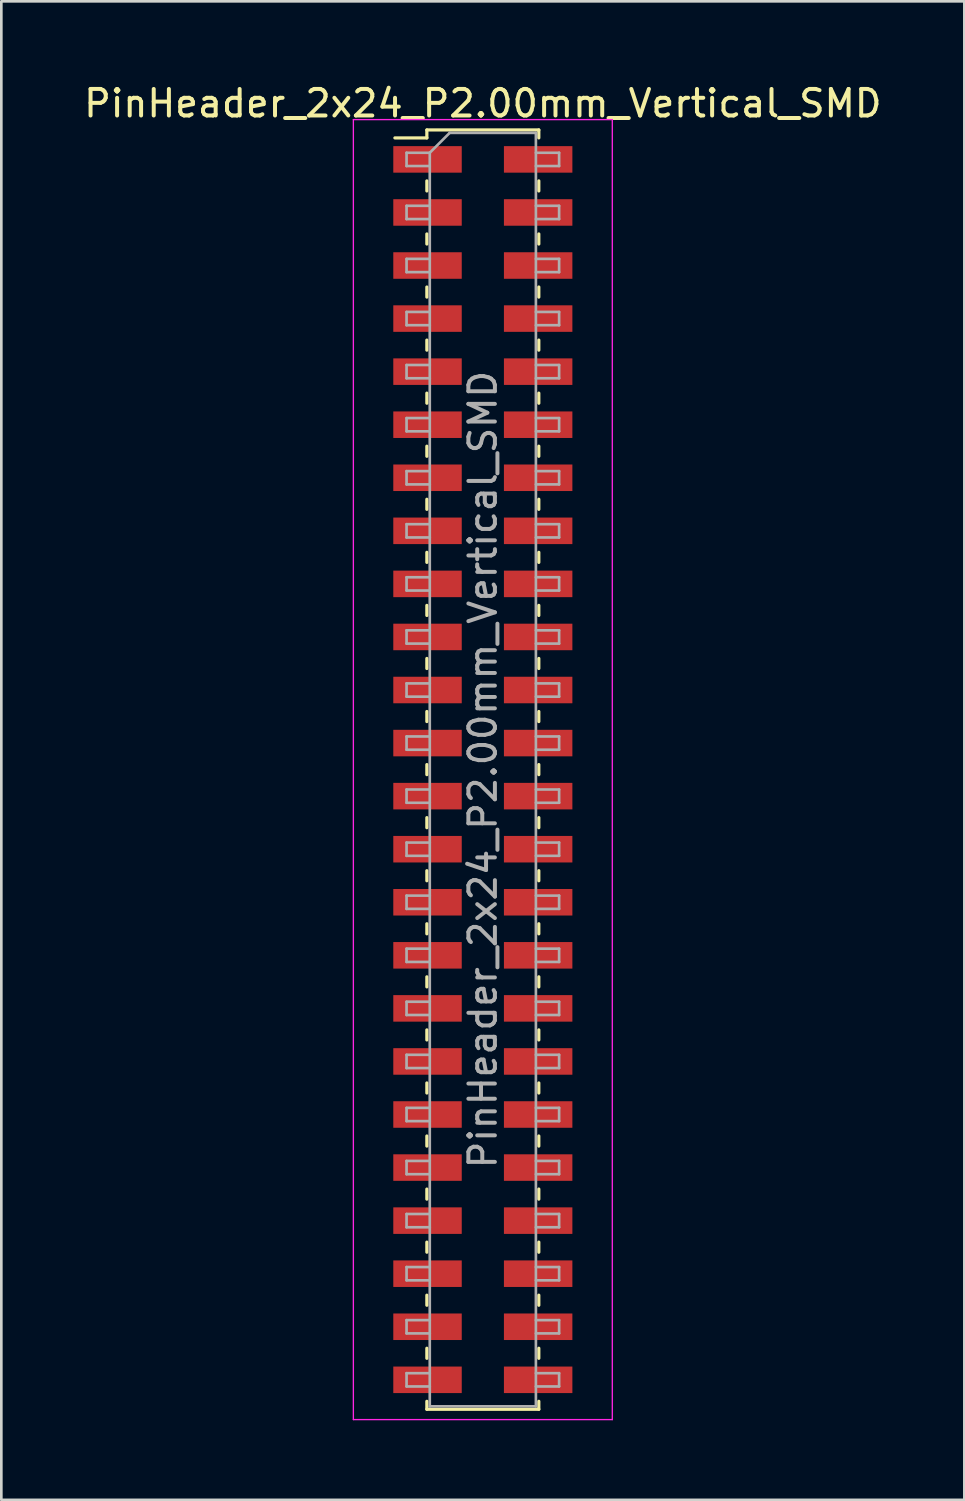
<source format=kicad_pcb>
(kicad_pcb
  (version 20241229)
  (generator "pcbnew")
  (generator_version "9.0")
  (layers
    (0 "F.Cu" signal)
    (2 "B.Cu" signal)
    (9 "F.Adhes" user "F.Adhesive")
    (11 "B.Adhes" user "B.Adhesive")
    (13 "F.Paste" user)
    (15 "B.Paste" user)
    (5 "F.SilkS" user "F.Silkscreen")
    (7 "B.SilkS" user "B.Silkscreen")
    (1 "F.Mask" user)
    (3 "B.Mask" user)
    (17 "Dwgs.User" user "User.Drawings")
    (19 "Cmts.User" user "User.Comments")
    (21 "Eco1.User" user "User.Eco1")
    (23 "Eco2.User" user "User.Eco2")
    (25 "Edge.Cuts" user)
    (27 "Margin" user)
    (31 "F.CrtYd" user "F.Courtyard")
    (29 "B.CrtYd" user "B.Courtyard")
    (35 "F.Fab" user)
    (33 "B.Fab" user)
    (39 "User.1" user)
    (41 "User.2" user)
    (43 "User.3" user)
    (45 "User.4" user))
  (footprint "PinHeader_2x24_P2.00mm_Vertical_SMD"
    (layer "F.Cu")
    (at 15.149 25.958)
    (property "Reference" "PinHeader_2x24_P2.00mm_Vertical_SMD" (at 0 -25.11 0) (layer "F.SilkS") (effects (font (size 1 1) (thickness 0.15))))
    (attr smd)
    (fp_line (start -3.315 -23.81) (end -2.11 -23.81) (stroke (width 0.12) (type solid)) (layer "F.SilkS"))
    (fp_line (start -2.11 -24.11) (end -2.11 -23.81) (stroke (width 0.12) (type solid)) (layer "F.SilkS"))
    (fp_line (start -2.11 -24.11) (end 2.11 -24.11) (stroke (width 0.12) (type solid)) (layer "F.SilkS"))
    (fp_line (start -2.11 -22.19) (end -2.11 -21.81) (stroke (width 0.12) (type solid)) (layer "F.SilkS"))
    (fp_line (start -2.11 -20.19) (end -2.11 -19.81) (stroke (width 0.12) (type solid)) (layer "F.SilkS"))
    (fp_line (start -2.11 -18.19) (end -2.11 -17.81) (stroke (width 0.12) (type solid)) (layer "F.SilkS"))
    (fp_line (start -2.11 -16.19) (end -2.11 -15.81) (stroke (width 0.12) (type solid)) (layer "F.SilkS"))
    (fp_line (start -2.11 -14.19) (end -2.11 -13.81) (stroke (width 0.12) (type solid)) (layer "F.SilkS"))
    (fp_line (start -2.11 -12.19) (end -2.11 -11.81) (stroke (width 0.12) (type solid)) (layer "F.SilkS"))
    (fp_line (start -2.11 -10.19) (end -2.11 -9.81) (stroke (width 0.12) (type solid)) (layer "F.SilkS"))
    (fp_line (start -2.11 -8.19) (end -2.11 -7.81) (stroke (width 0.12) (type solid)) (layer "F.SilkS"))
    (fp_line (start -2.11 -6.19) (end -2.11 -5.81) (stroke (width 0.12) (type solid)) (layer "F.SilkS"))
    (fp_line (start -2.11 -4.19) (end -2.11 -3.81) (stroke (width 0.12) (type solid)) (layer "F.SilkS"))
    (fp_line (start -2.11 -2.19) (end -2.11 -1.81) (stroke (width 0.12) (type solid)) (layer "F.SilkS"))
    (fp_line (start -2.11 -0.19) (end -2.11 0.19) (stroke (width 0.12) (type solid)) (layer "F.SilkS"))
    (fp_line (start -2.11 1.81) (end -2.11 2.19) (stroke (width 0.12) (type solid)) (layer "F.SilkS"))
    (fp_line (start -2.11 3.81) (end -2.11 4.19) (stroke (width 0.12) (type solid)) (layer "F.SilkS"))
    (fp_line (start -2.11 5.81) (end -2.11 6.19) (stroke (width 0.12) (type solid)) (layer "F.SilkS"))
    (fp_line (start -2.11 7.81) (end -2.11 8.19) (stroke (width 0.12) (type solid)) (layer "F.SilkS"))
    (fp_line (start -2.11 9.81) (end -2.11 10.19) (stroke (width 0.12) (type solid)) (layer "F.SilkS"))
    (fp_line (start -2.11 11.81) (end -2.11 12.19) (stroke (width 0.12) (type solid)) (layer "F.SilkS"))
    (fp_line (start -2.11 13.81) (end -2.11 14.19) (stroke (width 0.12) (type solid)) (layer "F.SilkS"))
    (fp_line (start -2.11 15.81) (end -2.11 16.19) (stroke (width 0.12) (type solid)) (layer "F.SilkS"))
    (fp_line (start -2.11 17.81) (end -2.11 18.19) (stroke (width 0.12) (type solid)) (layer "F.SilkS"))
    (fp_line (start -2.11 19.81) (end -2.11 20.19) (stroke (width 0.12) (type solid)) (layer "F.SilkS"))
    (fp_line (start -2.11 21.81) (end -2.11 22.19) (stroke (width 0.12) (type solid)) (layer "F.SilkS"))
    (fp_line (start -2.11 23.81) (end -2.11 24.11) (stroke (width 0.12) (type solid)) (layer "F.SilkS"))
    (fp_line (start -2.11 24.11) (end 2.11 24.11) (stroke (width 0.12) (type solid)) (layer "F.SilkS"))
    (fp_line (start 2.11 -24.11) (end 2.11 -23.81) (stroke (width 0.12) (type solid)) (layer "F.SilkS"))
    (fp_line (start 2.11 -22.19) (end 2.11 -21.81) (stroke (width 0.12) (type solid)) (layer "F.SilkS"))
    (fp_line (start 2.11 -20.19) (end 2.11 -19.81) (stroke (width 0.12) (type solid)) (layer "F.SilkS"))
    (fp_line (start 2.11 -18.19) (end 2.11 -17.81) (stroke (width 0.12) (type solid)) (layer "F.SilkS"))
    (fp_line (start 2.11 -16.19) (end 2.11 -15.81) (stroke (width 0.12) (type solid)) (layer "F.SilkS"))
    (fp_line (start 2.11 -14.19) (end 2.11 -13.81) (stroke (width 0.12) (type solid)) (layer "F.SilkS"))
    (fp_line (start 2.11 -12.19) (end 2.11 -11.81) (stroke (width 0.12) (type solid)) (layer "F.SilkS"))
    (fp_line (start 2.11 -10.19) (end 2.11 -9.81) (stroke (width 0.12) (type solid)) (layer "F.SilkS"))
    (fp_line (start 2.11 -8.19) (end 2.11 -7.81) (stroke (width 0.12) (type solid)) (layer "F.SilkS"))
    (fp_line (start 2.11 -6.19) (end 2.11 -5.81) (stroke (width 0.12) (type solid)) (layer "F.SilkS"))
    (fp_line (start 2.11 -4.19) (end 2.11 -3.81) (stroke (width 0.12) (type solid)) (layer "F.SilkS"))
    (fp_line (start 2.11 -2.19) (end 2.11 -1.81) (stroke (width 0.12) (type solid)) (layer "F.SilkS"))
    (fp_line (start 2.11 -0.19) (end 2.11 0.19) (stroke (width 0.12) (type solid)) (layer "F.SilkS"))
    (fp_line (start 2.11 1.81) (end 2.11 2.19) (stroke (width 0.12) (type solid)) (layer "F.SilkS"))
    (fp_line (start 2.11 3.81) (end 2.11 4.19) (stroke (width 0.12) (type solid)) (layer "F.SilkS"))
    (fp_line (start 2.11 5.81) (end 2.11 6.19) (stroke (width 0.12) (type solid)) (layer "F.SilkS"))
    (fp_line (start 2.11 7.81) (end 2.11 8.19) (stroke (width 0.12) (type solid)) (layer "F.SilkS"))
    (fp_line (start 2.11 9.81) (end 2.11 10.19) (stroke (width 0.12) (type solid)) (layer "F.SilkS"))
    (fp_line (start 2.11 11.81) (end 2.11 12.19) (stroke (width 0.12) (type solid)) (layer "F.SilkS"))
    (fp_line (start 2.11 13.81) (end 2.11 14.19) (stroke (width 0.12) (type solid)) (layer "F.SilkS"))
    (fp_line (start 2.11 15.81) (end 2.11 16.19) (stroke (width 0.12) (type solid)) (layer "F.SilkS"))
    (fp_line (start 2.11 17.81) (end 2.11 18.19) (stroke (width 0.12) (type solid)) (layer "F.SilkS"))
    (fp_line (start 2.11 19.81) (end 2.11 20.19) (stroke (width 0.12) (type solid)) (layer "F.SilkS"))
    (fp_line (start 2.11 21.81) (end 2.11 22.19) (stroke (width 0.12) (type solid)) (layer "F.SilkS"))
    (fp_line (start 2.11 23.81) (end 2.11 24.11) (stroke (width 0.12) (type solid)) (layer "F.SilkS"))
    (fp_line (start -4.88 -24.5) (end -4.88 24.5) (stroke (width 0.05) (type solid)) (layer "F.CrtYd"))
    (fp_line (start -4.88 24.5) (end 4.88 24.5) (stroke (width 0.05) (type solid)) (layer "F.CrtYd"))
    (fp_line (start 4.88 -24.5) (end -4.88 -24.5) (stroke (width 0.05) (type solid)) (layer "F.CrtYd"))
    (fp_line (start 4.88 24.5) (end 4.88 -24.5) (stroke (width 0.05) (type solid)) (layer "F.CrtYd"))
    (fp_line (start -2.875 -23.25) (end -2.875 -22.75) (stroke (width 0.1) (type solid)) (layer "F.Fab"))
    (fp_line (start -2.875 -22.75) (end -2 -22.75) (stroke (width 0.1) (type solid)) (layer "F.Fab"))
    (fp_line (start -2.875 -21.25) (end -2.875 -20.75) (stroke (width 0.1) (type solid)) (layer "F.Fab"))
    (fp_line (start -2.875 -20.75) (end -2 -20.75) (stroke (width 0.1) (type solid)) (layer "F.Fab"))
    (fp_line (start -2.875 -19.25) (end -2.875 -18.75) (stroke (width 0.1) (type solid)) (layer "F.Fab"))
    (fp_line (start -2.875 -18.75) (end -2 -18.75) (stroke (width 0.1) (type solid)) (layer "F.Fab"))
    (fp_line (start -2.875 -17.25) (end -2.875 -16.75) (stroke (width 0.1) (type solid)) (layer "F.Fab"))
    (fp_line (start -2.875 -16.75) (end -2 -16.75) (stroke (width 0.1) (type solid)) (layer "F.Fab"))
    (fp_line (start -2.875 -15.25) (end -2.875 -14.75) (stroke (width 0.1) (type solid)) (layer "F.Fab"))
    (fp_line (start -2.875 -14.75) (end -2 -14.75) (stroke (width 0.1) (type solid)) (layer "F.Fab"))
    (fp_line (start -2.875 -13.25) (end -2.875 -12.75) (stroke (width 0.1) (type solid)) (layer "F.Fab"))
    (fp_line (start -2.875 -12.75) (end -2 -12.75) (stroke (width 0.1) (type solid)) (layer "F.Fab"))
    (fp_line (start -2.875 -11.25) (end -2.875 -10.75) (stroke (width 0.1) (type solid)) (layer "F.Fab"))
    (fp_line (start -2.875 -10.75) (end -2 -10.75) (stroke (width 0.1) (type solid)) (layer "F.Fab"))
    (fp_line (start -2.875 -9.25) (end -2.875 -8.75) (stroke (width 0.1) (type solid)) (layer "F.Fab"))
    (fp_line (start -2.875 -8.75) (end -2 -8.75) (stroke (width 0.1) (type solid)) (layer "F.Fab"))
    (fp_line (start -2.875 -7.25) (end -2.875 -6.75) (stroke (width 0.1) (type solid)) (layer "F.Fab"))
    (fp_line (start -2.875 -6.75) (end -2 -6.75) (stroke (width 0.1) (type solid)) (layer "F.Fab"))
    (fp_line (start -2.875 -5.25) (end -2.875 -4.75) (stroke (width 0.1) (type solid)) (layer "F.Fab"))
    (fp_line (start -2.875 -4.75) (end -2 -4.75) (stroke (width 0.1) (type solid)) (layer "F.Fab"))
    (fp_line (start -2.875 -3.25) (end -2.875 -2.75) (stroke (width 0.1) (type solid)) (layer "F.Fab"))
    (fp_line (start -2.875 -2.75) (end -2 -2.75) (stroke (width 0.1) (type solid)) (layer "F.Fab"))
    (fp_line (start -2.875 -1.25) (end -2.875 -0.75) (stroke (width 0.1) (type solid)) (layer "F.Fab"))
    (fp_line (start -2.875 -0.75) (end -2 -0.75) (stroke (width 0.1) (type solid)) (layer "F.Fab"))
    (fp_line (start -2.875 0.75) (end -2.875 1.25) (stroke (width 0.1) (type solid)) (layer "F.Fab"))
    (fp_line (start -2.875 1.25) (end -2 1.25) (stroke (width 0.1) (type solid)) (layer "F.Fab"))
    (fp_line (start -2.875 2.75) (end -2.875 3.25) (stroke (width 0.1) (type solid)) (layer "F.Fab"))
    (fp_line (start -2.875 3.25) (end -2 3.25) (stroke (width 0.1) (type solid)) (layer "F.Fab"))
    (fp_line (start -2.875 4.75) (end -2.875 5.25) (stroke (width 0.1) (type solid)) (layer "F.Fab"))
    (fp_line (start -2.875 5.25) (end -2 5.25) (stroke (width 0.1) (type solid)) (layer "F.Fab"))
    (fp_line (start -2.875 6.75) (end -2.875 7.25) (stroke (width 0.1) (type solid)) (layer "F.Fab"))
    (fp_line (start -2.875 7.25) (end -2 7.25) (stroke (width 0.1) (type solid)) (layer "F.Fab"))
    (fp_line (start -2.875 8.75) (end -2.875 9.25) (stroke (width 0.1) (type solid)) (layer "F.Fab"))
    (fp_line (start -2.875 9.25) (end -2 9.25) (stroke (width 0.1) (type solid)) (layer "F.Fab"))
    (fp_line (start -2.875 10.75) (end -2.875 11.25) (stroke (width 0.1) (type solid)) (layer "F.Fab"))
    (fp_line (start -2.875 11.25) (end -2 11.25) (stroke (width 0.1) (type solid)) (layer "F.Fab"))
    (fp_line (start -2.875 12.75) (end -2.875 13.25) (stroke (width 0.1) (type solid)) (layer "F.Fab"))
    (fp_line (start -2.875 13.25) (end -2 13.25) (stroke (width 0.1) (type solid)) (layer "F.Fab"))
    (fp_line (start -2.875 14.75) (end -2.875 15.25) (stroke (width 0.1) (type solid)) (layer "F.Fab"))
    (fp_line (start -2.875 15.25) (end -2 15.25) (stroke (width 0.1) (type solid)) (layer "F.Fab"))
    (fp_line (start -2.875 16.75) (end -2.875 17.25) (stroke (width 0.1) (type solid)) (layer "F.Fab"))
    (fp_line (start -2.875 17.25) (end -2 17.25) (stroke (width 0.1) (type solid)) (layer "F.Fab"))
    (fp_line (start -2.875 18.75) (end -2.875 19.25) (stroke (width 0.1) (type solid)) (layer "F.Fab"))
    (fp_line (start -2.875 19.25) (end -2 19.25) (stroke (width 0.1) (type solid)) (layer "F.Fab"))
    (fp_line (start -2.875 20.75) (end -2.875 21.25) (stroke (width 0.1) (type solid)) (layer "F.Fab"))
    (fp_line (start -2.875 21.25) (end -2 21.25) (stroke (width 0.1) (type solid)) (layer "F.Fab"))
    (fp_line (start -2.875 22.75) (end -2.875 23.25) (stroke (width 0.1) (type solid)) (layer "F.Fab"))
    (fp_line (start -2.875 23.25) (end -2 23.25) (stroke (width 0.1) (type solid)) (layer "F.Fab"))
    (fp_line (start -2 -23.25) (end -2.875 -23.25) (stroke (width 0.1) (type solid)) (layer "F.Fab"))
    (fp_line (start -2 -23.25) (end -1.25 -24) (stroke (width 0.1) (type solid)) (layer "F.Fab"))
    (fp_line (start -2 -21.25) (end -2.875 -21.25) (stroke (width 0.1) (type solid)) (layer "F.Fab"))
    (fp_line (start -2 -19.25) (end -2.875 -19.25) (stroke (width 0.1) (type solid)) (layer "F.Fab"))
    (fp_line (start -2 -17.25) (end -2.875 -17.25) (stroke (width 0.1) (type solid)) (layer "F.Fab"))
    (fp_line (start -2 -15.25) (end -2.875 -15.25) (stroke (width 0.1) (type solid)) (layer "F.Fab"))
    (fp_line (start -2 -13.25) (end -2.875 -13.25) (stroke (width 0.1) (type solid)) (layer "F.Fab"))
    (fp_line (start -2 -11.25) (end -2.875 -11.25) (stroke (width 0.1) (type solid)) (layer "F.Fab"))
    (fp_line (start -2 -9.25) (end -2.875 -9.25) (stroke (width 0.1) (type solid)) (layer "F.Fab"))
    (fp_line (start -2 -7.25) (end -2.875 -7.25) (stroke (width 0.1) (type solid)) (layer "F.Fab"))
    (fp_line (start -2 -5.25) (end -2.875 -5.25) (stroke (width 0.1) (type solid)) (layer "F.Fab"))
    (fp_line (start -2 -3.25) (end -2.875 -3.25) (stroke (width 0.1) (type solid)) (layer "F.Fab"))
    (fp_line (start -2 -1.25) (end -2.875 -1.25) (stroke (width 0.1) (type solid)) (layer "F.Fab"))
    (fp_line (start -2 0.75) (end -2.875 0.75) (stroke (width 0.1) (type solid)) (layer "F.Fab"))
    (fp_line (start -2 2.75) (end -2.875 2.75) (stroke (width 0.1) (type solid)) (layer "F.Fab"))
    (fp_line (start -2 4.75) (end -2.875 4.75) (stroke (width 0.1) (type solid)) (layer "F.Fab"))
    (fp_line (start -2 6.75) (end -2.875 6.75) (stroke (width 0.1) (type solid)) (layer "F.Fab"))
    (fp_line (start -2 8.75) (end -2.875 8.75) (stroke (width 0.1) (type solid)) (layer "F.Fab"))
    (fp_line (start -2 10.75) (end -2.875 10.75) (stroke (width 0.1) (type solid)) (layer "F.Fab"))
    (fp_line (start -2 12.75) (end -2.875 12.75) (stroke (width 0.1) (type solid)) (layer "F.Fab"))
    (fp_line (start -2 14.75) (end -2.875 14.75) (stroke (width 0.1) (type solid)) (layer "F.Fab"))
    (fp_line (start -2 16.75) (end -2.875 16.75) (stroke (width 0.1) (type solid)) (layer "F.Fab"))
    (fp_line (start -2 18.75) (end -2.875 18.75) (stroke (width 0.1) (type solid)) (layer "F.Fab"))
    (fp_line (start -2 20.75) (end -2.875 20.75) (stroke (width 0.1) (type solid)) (layer "F.Fab"))
    (fp_line (start -2 22.75) (end -2.875 22.75) (stroke (width 0.1) (type solid)) (layer "F.Fab"))
    (fp_line (start -2 24) (end -2 -23.25) (stroke (width 0.1) (type solid)) (layer "F.Fab"))
    (fp_line (start -1.25 -24) (end 2 -24) (stroke (width 0.1) (type solid)) (layer "F.Fab"))
    (fp_line (start 2 -24) (end 2 24) (stroke (width 0.1) (type solid)) (layer "F.Fab"))
    (fp_line (start 2 -23.25) (end 2.875 -23.25) (stroke (width 0.1) (type solid)) (layer "F.Fab"))
    (fp_line (start 2 -21.25) (end 2.875 -21.25) (stroke (width 0.1) (type solid)) (layer "F.Fab"))
    (fp_line (start 2 -19.25) (end 2.875 -19.25) (stroke (width 0.1) (type solid)) (layer "F.Fab"))
    (fp_line (start 2 -17.25) (end 2.875 -17.25) (stroke (width 0.1) (type solid)) (layer "F.Fab"))
    (fp_line (start 2 -15.25) (end 2.875 -15.25) (stroke (width 0.1) (type solid)) (layer "F.Fab"))
    (fp_line (start 2 -13.25) (end 2.875 -13.25) (stroke (width 0.1) (type solid)) (layer "F.Fab"))
    (fp_line (start 2 -11.25) (end 2.875 -11.25) (stroke (width 0.1) (type solid)) (layer "F.Fab"))
    (fp_line (start 2 -9.25) (end 2.875 -9.25) (stroke (width 0.1) (type solid)) (layer "F.Fab"))
    (fp_line (start 2 -7.25) (end 2.875 -7.25) (stroke (width 0.1) (type solid)) (layer "F.Fab"))
    (fp_line (start 2 -5.25) (end 2.875 -5.25) (stroke (width 0.1) (type solid)) (layer "F.Fab"))
    (fp_line (start 2 -3.25) (end 2.875 -3.25) (stroke (width 0.1) (type solid)) (layer "F.Fab"))
    (fp_line (start 2 -1.25) (end 2.875 -1.25) (stroke (width 0.1) (type solid)) (layer "F.Fab"))
    (fp_line (start 2 0.75) (end 2.875 0.75) (stroke (width 0.1) (type solid)) (layer "F.Fab"))
    (fp_line (start 2 2.75) (end 2.875 2.75) (stroke (width 0.1) (type solid)) (layer "F.Fab"))
    (fp_line (start 2 4.75) (end 2.875 4.75) (stroke (width 0.1) (type solid)) (layer "F.Fab"))
    (fp_line (start 2 6.75) (end 2.875 6.75) (stroke (width 0.1) (type solid)) (layer "F.Fab"))
    (fp_line (start 2 8.75) (end 2.875 8.75) (stroke (width 0.1) (type solid)) (layer "F.Fab"))
    (fp_line (start 2 10.75) (end 2.875 10.75) (stroke (width 0.1) (type solid)) (layer "F.Fab"))
    (fp_line (start 2 12.75) (end 2.875 12.75) (stroke (width 0.1) (type solid)) (layer "F.Fab"))
    (fp_line (start 2 14.75) (end 2.875 14.75) (stroke (width 0.1) (type solid)) (layer "F.Fab"))
    (fp_line (start 2 16.75) (end 2.875 16.75) (stroke (width 0.1) (type solid)) (layer "F.Fab"))
    (fp_line (start 2 18.75) (end 2.875 18.75) (stroke (width 0.1) (type solid)) (layer "F.Fab"))
    (fp_line (start 2 20.75) (end 2.875 20.75) (stroke (width 0.1) (type solid)) (layer "F.Fab"))
    (fp_line (start 2 22.75) (end 2.875 22.75) (stroke (width 0.1) (type solid)) (layer "F.Fab"))
    (fp_line (start 2 24) (end -2 24) (stroke (width 0.1) (type solid)) (layer "F.Fab"))
    (fp_line (start 2.875 -23.25) (end 2.875 -22.75) (stroke (width 0.1) (type solid)) (layer "F.Fab"))
    (fp_line (start 2.875 -22.75) (end 2 -22.75) (stroke (width 0.1) (type solid)) (layer "F.Fab"))
    (fp_line (start 2.875 -21.25) (end 2.875 -20.75) (stroke (width 0.1) (type solid)) (layer "F.Fab"))
    (fp_line (start 2.875 -20.75) (end 2 -20.75) (stroke (width 0.1) (type solid)) (layer "F.Fab"))
    (fp_line (start 2.875 -19.25) (end 2.875 -18.75) (stroke (width 0.1) (type solid)) (layer "F.Fab"))
    (fp_line (start 2.875 -18.75) (end 2 -18.75) (stroke (width 0.1) (type solid)) (layer "F.Fab"))
    (fp_line (start 2.875 -17.25) (end 2.875 -16.75) (stroke (width 0.1) (type solid)) (layer "F.Fab"))
    (fp_line (start 2.875 -16.75) (end 2 -16.75) (stroke (width 0.1) (type solid)) (layer "F.Fab"))
    (fp_line (start 2.875 -15.25) (end 2.875 -14.75) (stroke (width 0.1) (type solid)) (layer "F.Fab"))
    (fp_line (start 2.875 -14.75) (end 2 -14.75) (stroke (width 0.1) (type solid)) (layer "F.Fab"))
    (fp_line (start 2.875 -13.25) (end 2.875 -12.75) (stroke (width 0.1) (type solid)) (layer "F.Fab"))
    (fp_line (start 2.875 -12.75) (end 2 -12.75) (stroke (width 0.1) (type solid)) (layer "F.Fab"))
    (fp_line (start 2.875 -11.25) (end 2.875 -10.75) (stroke (width 0.1) (type solid)) (layer "F.Fab"))
    (fp_line (start 2.875 -10.75) (end 2 -10.75) (stroke (width 0.1) (type solid)) (layer "F.Fab"))
    (fp_line (start 2.875 -9.25) (end 2.875 -8.75) (stroke (width 0.1) (type solid)) (layer "F.Fab"))
    (fp_line (start 2.875 -8.75) (end 2 -8.75) (stroke (width 0.1) (type solid)) (layer "F.Fab"))
    (fp_line (start 2.875 -7.25) (end 2.875 -6.75) (stroke (width 0.1) (type solid)) (layer "F.Fab"))
    (fp_line (start 2.875 -6.75) (end 2 -6.75) (stroke (width 0.1) (type solid)) (layer "F.Fab"))
    (fp_line (start 2.875 -5.25) (end 2.875 -4.75) (stroke (width 0.1) (type solid)) (layer "F.Fab"))
    (fp_line (start 2.875 -4.75) (end 2 -4.75) (stroke (width 0.1) (type solid)) (layer "F.Fab"))
    (fp_line (start 2.875 -3.25) (end 2.875 -2.75) (stroke (width 0.1) (type solid)) (layer "F.Fab"))
    (fp_line (start 2.875 -2.75) (end 2 -2.75) (stroke (width 0.1) (type solid)) (layer "F.Fab"))
    (fp_line (start 2.875 -1.25) (end 2.875 -0.75) (stroke (width 0.1) (type solid)) (layer "F.Fab"))
    (fp_line (start 2.875 -0.75) (end 2 -0.75) (stroke (width 0.1) (type solid)) (layer "F.Fab"))
    (fp_line (start 2.875 0.75) (end 2.875 1.25) (stroke (width 0.1) (type solid)) (layer "F.Fab"))
    (fp_line (start 2.875 1.25) (end 2 1.25) (stroke (width 0.1) (type solid)) (layer "F.Fab"))
    (fp_line (start 2.875 2.75) (end 2.875 3.25) (stroke (width 0.1) (type solid)) (layer "F.Fab"))
    (fp_line (start 2.875 3.25) (end 2 3.25) (stroke (width 0.1) (type solid)) (layer "F.Fab"))
    (fp_line (start 2.875 4.75) (end 2.875 5.25) (stroke (width 0.1) (type solid)) (layer "F.Fab"))
    (fp_line (start 2.875 5.25) (end 2 5.25) (stroke (width 0.1) (type solid)) (layer "F.Fab"))
    (fp_line (start 2.875 6.75) (end 2.875 7.25) (stroke (width 0.1) (type solid)) (layer "F.Fab"))
    (fp_line (start 2.875 7.25) (end 2 7.25) (stroke (width 0.1) (type solid)) (layer "F.Fab"))
    (fp_line (start 2.875 8.75) (end 2.875 9.25) (stroke (width 0.1) (type solid)) (layer "F.Fab"))
    (fp_line (start 2.875 9.25) (end 2 9.25) (stroke (width 0.1) (type solid)) (layer "F.Fab"))
    (fp_line (start 2.875 10.75) (end 2.875 11.25) (stroke (width 0.1) (type solid)) (layer "F.Fab"))
    (fp_line (start 2.875 11.25) (end 2 11.25) (stroke (width 0.1) (type solid)) (layer "F.Fab"))
    (fp_line (start 2.875 12.75) (end 2.875 13.25) (stroke (width 0.1) (type solid)) (layer "F.Fab"))
    (fp_line (start 2.875 13.25) (end 2 13.25) (stroke (width 0.1) (type solid)) (layer "F.Fab"))
    (fp_line (start 2.875 14.75) (end 2.875 15.25) (stroke (width 0.1) (type solid)) (layer "F.Fab"))
    (fp_line (start 2.875 15.25) (end 2 15.25) (stroke (width 0.1) (type solid)) (layer "F.Fab"))
    (fp_line (start 2.875 16.75) (end 2.875 17.25) (stroke (width 0.1) (type solid)) (layer "F.Fab"))
    (fp_line (start 2.875 17.25) (end 2 17.25) (stroke (width 0.1) (type solid)) (layer "F.Fab"))
    (fp_line (start 2.875 18.75) (end 2.875 19.25) (stroke (width 0.1) (type solid)) (layer "F.Fab"))
    (fp_line (start 2.875 19.25) (end 2 19.25) (stroke (width 0.1) (type solid)) (layer "F.Fab"))
    (fp_line (start 2.875 20.75) (end 2.875 21.25) (stroke (width 0.1) (type solid)) (layer "F.Fab"))
    (fp_line (start 2.875 21.25) (end 2 21.25) (stroke (width 0.1) (type solid)) (layer "F.Fab"))
    (fp_line (start 2.875 22.75) (end 2.875 23.25) (stroke (width 0.1) (type solid)) (layer "F.Fab"))
    (fp_line (start 2.875 23.25) (end 2 23.25) (stroke (width 0.1) (type solid)) (layer "F.Fab"))
    (fp_text user "${REFERENCE}" (at 0 0 90) (layer "F.Fab") (effects (font (size 1 1) (thickness 0.15))))
    (pad "1" smd rect (at -2.085 -23) (size 2.58 1) (layers "F.Cu" "F.Mask" "F.Paste"))
    (pad "2" smd rect (at 2.085 -23) (size 2.58 1) (layers "F.Cu" "F.Mask" "F.Paste"))
    (pad "3" smd rect (at -2.085 -21) (size 2.58 1) (layers "F.Cu" "F.Mask" "F.Paste"))
    (pad "4" smd rect (at 2.085 -21) (size 2.58 1) (layers "F.Cu" "F.Mask" "F.Paste"))
    (pad "5" smd rect (at -2.085 -19) (size 2.58 1) (layers "F.Cu" "F.Mask" "F.Paste"))
    (pad "6" smd rect (at 2.085 -19) (size 2.58 1) (layers "F.Cu" "F.Mask" "F.Paste"))
    (pad "7" smd rect (at -2.085 -17) (size 2.58 1) (layers "F.Cu" "F.Mask" "F.Paste"))
    (pad "8" smd rect (at 2.085 -17) (size 2.58 1) (layers "F.Cu" "F.Mask" "F.Paste"))
    (pad "9" smd rect (at -2.085 -15) (size 2.58 1) (layers "F.Cu" "F.Mask" "F.Paste"))
    (pad "10" smd rect (at 2.085 -15) (size 2.58 1) (layers "F.Cu" "F.Mask" "F.Paste"))
    (pad "11" smd rect (at -2.085 -13) (size 2.58 1) (layers "F.Cu" "F.Mask" "F.Paste"))
    (pad "12" smd rect (at 2.085 -13) (size 2.58 1) (layers "F.Cu" "F.Mask" "F.Paste"))
    (pad "13" smd rect (at -2.085 -11) (size 2.58 1) (layers "F.Cu" "F.Mask" "F.Paste"))
    (pad "14" smd rect (at 2.085 -11) (size 2.58 1) (layers "F.Cu" "F.Mask" "F.Paste"))
    (pad "15" smd rect (at -2.085 -9) (size 2.58 1) (layers "F.Cu" "F.Mask" "F.Paste"))
    (pad "16" smd rect (at 2.085 -9) (size 2.58 1) (layers "F.Cu" "F.Mask" "F.Paste"))
    (pad "17" smd rect (at -2.085 -7) (size 2.58 1) (layers "F.Cu" "F.Mask" "F.Paste"))
    (pad "18" smd rect (at 2.085 -7) (size 2.58 1) (layers "F.Cu" "F.Mask" "F.Paste"))
    (pad "19" smd rect (at -2.085 -5) (size 2.58 1) (layers "F.Cu" "F.Mask" "F.Paste"))
    (pad "20" smd rect (at 2.085 -5) (size 2.58 1) (layers "F.Cu" "F.Mask" "F.Paste"))
    (pad "21" smd rect (at -2.085 -3) (size 2.58 1) (layers "F.Cu" "F.Mask" "F.Paste"))
    (pad "22" smd rect (at 2.085 -3) (size 2.58 1) (layers "F.Cu" "F.Mask" "F.Paste"))
    (pad "23" smd rect (at -2.085 -1) (size 2.58 1) (layers "F.Cu" "F.Mask" "F.Paste"))
    (pad "24" smd rect (at 2.085 -1) (size 2.58 1) (layers "F.Cu" "F.Mask" "F.Paste"))
    (pad "25" smd rect (at -2.085 1) (size 2.58 1) (layers "F.Cu" "F.Mask" "F.Paste"))
    (pad "26" smd rect (at 2.085 1) (size 2.58 1) (layers "F.Cu" "F.Mask" "F.Paste"))
    (pad "27" smd rect (at -2.085 3) (size 2.58 1) (layers "F.Cu" "F.Mask" "F.Paste"))
    (pad "28" smd rect (at 2.085 3) (size 2.58 1) (layers "F.Cu" "F.Mask" "F.Paste"))
    (pad "29" smd rect (at -2.085 5) (size 2.58 1) (layers "F.Cu" "F.Mask" "F.Paste"))
    (pad "30" smd rect (at 2.085 5) (size 2.58 1) (layers "F.Cu" "F.Mask" "F.Paste"))
    (pad "31" smd rect (at -2.085 7) (size 2.58 1) (layers "F.Cu" "F.Mask" "F.Paste"))
    (pad "32" smd rect (at 2.085 7) (size 2.58 1) (layers "F.Cu" "F.Mask" "F.Paste"))
    (pad "33" smd rect (at -2.085 9) (size 2.58 1) (layers "F.Cu" "F.Mask" "F.Paste"))
    (pad "34" smd rect (at 2.085 9) (size 2.58 1) (layers "F.Cu" "F.Mask" "F.Paste"))
    (pad "35" smd rect (at -2.085 11) (size 2.58 1) (layers "F.Cu" "F.Mask" "F.Paste"))
    (pad "36" smd rect (at 2.085 11) (size 2.58 1) (layers "F.Cu" "F.Mask" "F.Paste"))
    (pad "37" smd rect (at -2.085 13) (size 2.58 1) (layers "F.Cu" "F.Mask" "F.Paste"))
    (pad "38" smd rect (at 2.085 13) (size 2.58 1) (layers "F.Cu" "F.Mask" "F.Paste"))
    (pad "39" smd rect (at -2.085 15) (size 2.58 1) (layers "F.Cu" "F.Mask" "F.Paste"))
    (pad "40" smd rect (at 2.085 15) (size 2.58 1) (layers "F.Cu" "F.Mask" "F.Paste"))
    (pad "41" smd rect (at -2.085 17) (size 2.58 1) (layers "F.Cu" "F.Mask" "F.Paste"))
    (pad "42" smd rect (at 2.085 17) (size 2.58 1) (layers "F.Cu" "F.Mask" "F.Paste"))
    (pad "43" smd rect (at -2.085 19) (size 2.58 1) (layers "F.Cu" "F.Mask" "F.Paste"))
    (pad "44" smd rect (at 2.085 19) (size 2.58 1) (layers "F.Cu" "F.Mask" "F.Paste"))
    (pad "45" smd rect (at -2.085 21) (size 2.58 1) (layers "F.Cu" "F.Mask" "F.Paste"))
    (pad "46" smd rect (at 2.085 21) (size 2.58 1) (layers "F.Cu" "F.Mask" "F.Paste"))
    (pad "47" smd rect (at -2.085 23) (size 2.58 1) (layers "F.Cu" "F.Mask" "F.Paste"))
    (pad "48" smd rect (at 2.085 23) (size 2.58 1) (layers "F.Cu" "F.Mask" "F.Paste")))
  (gr_rect
    (start -3 -3)
    (end 33.298 53.483)
    (stroke (width 0.1) (type default))
    (fill no)
    (layer "Edge.Cuts")))
</source>
